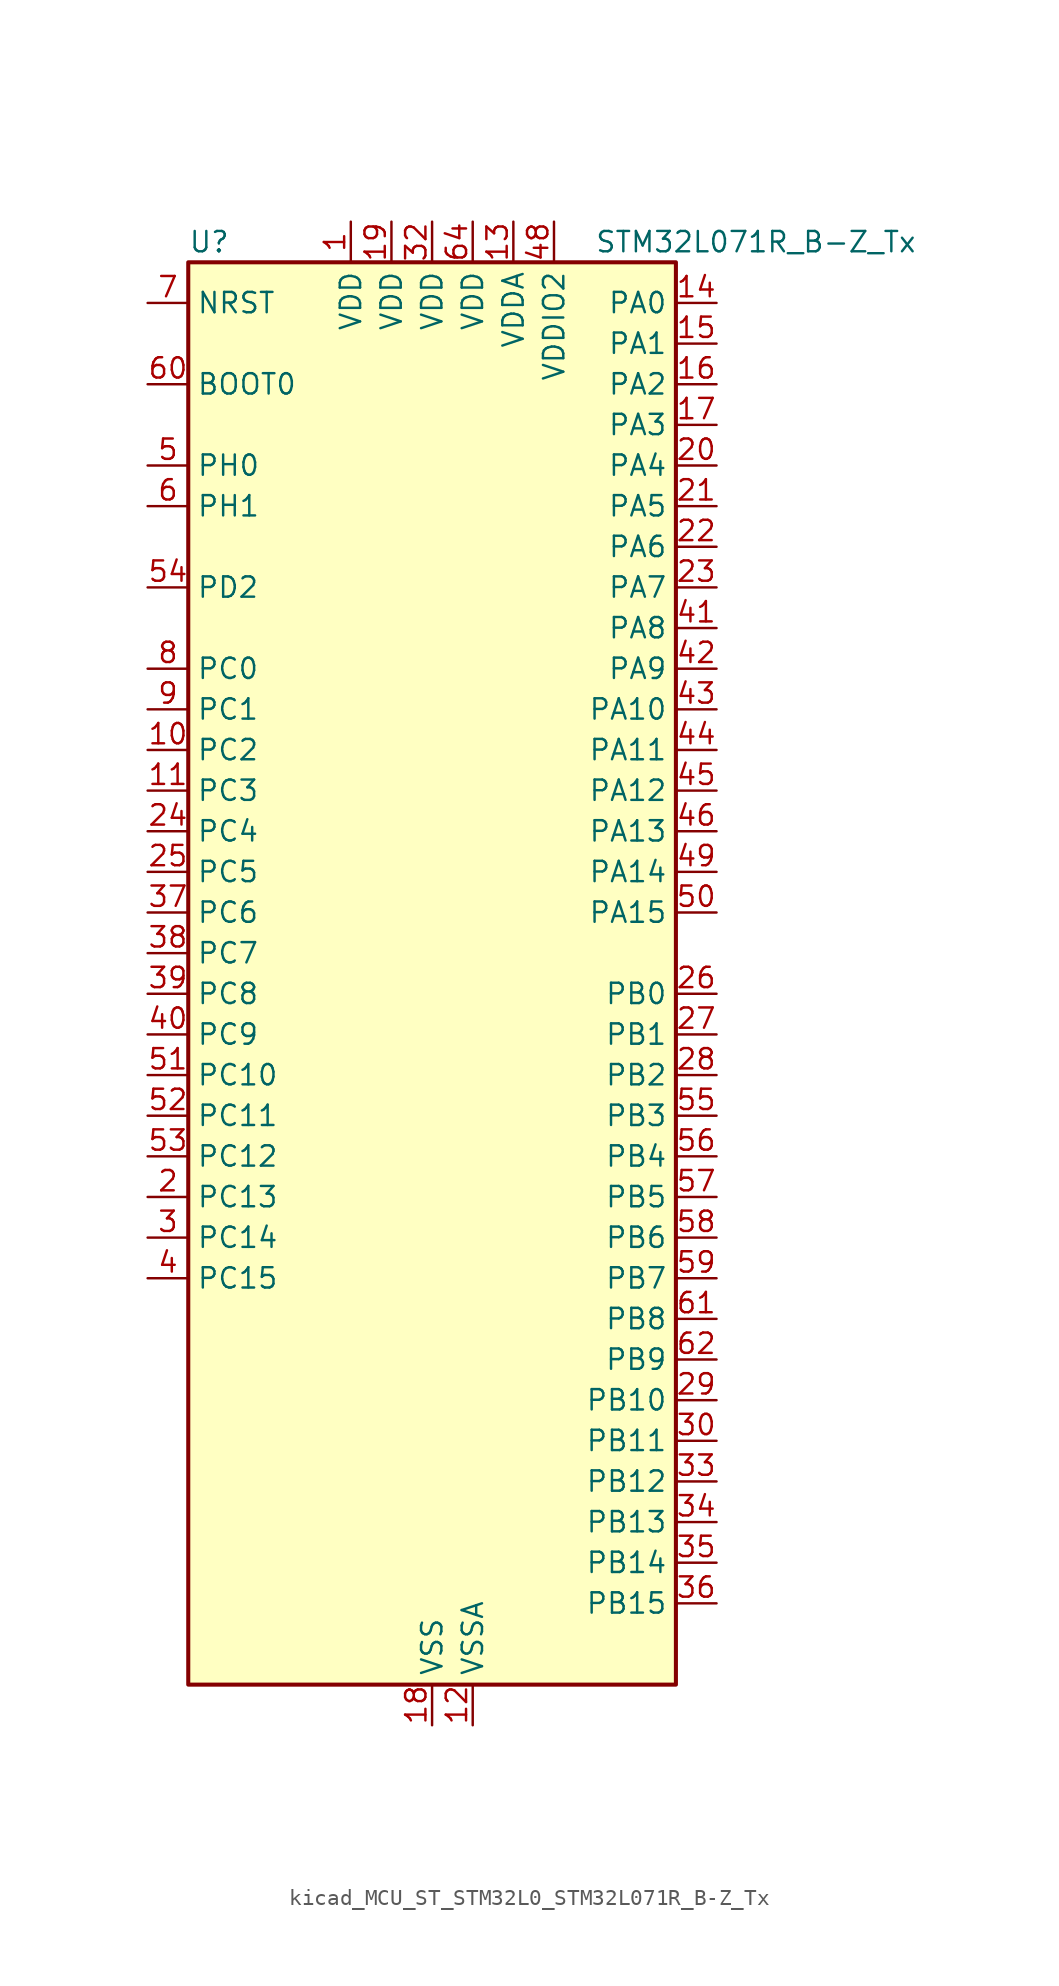
<source format=kicad_sym>
(kicad_symbol_lib
  (version 20220914)
  (generator kicad_symbol_editor)
  (symbol "kicad_MCU_ST_STM32L0_STM32L071R_B-Z_Tx"
    (property "Reference" "U"
      (at -15.24 46.99 0)
      (effects (font (size 1.27 1.27)) (justify left)))
    (property "Value" "STM32L071R_B-Z_Tx"
      (at 10.16 46.99 0)
      (effects (font (size 1.27 1.27)) (justify left)))
    (property "ki_locked" ""
      (at 0 0 0)
      (effects (font (size 1.27 1.27))))
    (symbol "kicad_MCU_ST_STM32L0_STM32L071R_B-Z_Tx_0_1"
      (rectangle (start -15.24 -43.18) (end 15.24 45.72) (stroke (width 0.254) (type default)) (fill (type background))))
    (symbol "kicad_MCU_ST_STM32L0_STM32L071R_B-Z_Tx_1_1"
      (pin power_in line (at -5.08 48.26 270) (length 2.54) (name "VDD" (effects (font (size 1.27 1.27)))) (number "1" (effects (font (size 1.27 1.27)))))
      (pin bidirectional line (at -17.78 15.24 0) (length 2.54) (name "PC2" (effects (font (size 1.27 1.27)))) (number "10" (effects (font (size 1.27 1.27)))) (alternate "ADC_IN12" bidirectional line) (alternate "I2S2_MCK" bidirectional line) (alternate "LPTIM1_IN2" bidirectional line) (alternate "SPI2_MISO" bidirectional line))
      (pin bidirectional line (at -17.78 12.7 0) (length 2.54) (name "PC3" (effects (font (size 1.27 1.27)))) (number "11" (effects (font (size 1.27 1.27)))) (alternate "ADC_IN13" bidirectional line) (alternate "I2S2_SD" bidirectional line) (alternate "LPTIM1_ETR" bidirectional line) (alternate "SPI2_MOSI" bidirectional line))
      (pin power_in line (at 2.54 -45.72 90) (length 2.54) (name "VSSA" (effects (font (size 1.27 1.27)))) (number "12" (effects (font (size 1.27 1.27)))))
      (pin power_in line (at 5.08 48.26 270) (length 2.54) (name "VDDA" (effects (font (size 1.27 1.27)))) (number "13" (effects (font (size 1.27 1.27)))))
      (pin bidirectional line (at 17.78 43.18 180) (length 2.54) (name "PA0" (effects (font (size 1.27 1.27)))) (number "14" (effects (font (size 1.27 1.27)))) (alternate "ADC_IN0" bidirectional line) (alternate "COMP1_INM" bidirectional line) (alternate "COMP1_OUT" bidirectional line) (alternate "RTC_TAMP2" bidirectional line) (alternate "SYS_WKUP1" bidirectional line) (alternate "TIM2_CH1" bidirectional line) (alternate "TIM2_ETR" bidirectional line) (alternate "USART2_CTS" bidirectional line) (alternate "USART4_TX" bidirectional line))
      (pin bidirectional line (at 17.78 40.64 180) (length 2.54) (name "PA1" (effects (font (size 1.27 1.27)))) (number "15" (effects (font (size 1.27 1.27)))) (alternate "ADC_IN1" bidirectional line) (alternate "COMP1_INP" bidirectional line) (alternate "TIM21_ETR" bidirectional line) (alternate "TIM2_CH2" bidirectional line) (alternate "USART2_DE" bidirectional line) (alternate "USART2_RTS" bidirectional line) (alternate "USART4_RX" bidirectional line))
      (pin bidirectional line (at 17.78 38.1 180) (length 2.54) (name "PA2" (effects (font (size 1.27 1.27)))) (number "16" (effects (font (size 1.27 1.27)))) (alternate "ADC_IN2" bidirectional line) (alternate "COMP2_INM" bidirectional line) (alternate "COMP2_OUT" bidirectional line) (alternate "LPUART1_TX" bidirectional line) (alternate "TIM21_CH1" bidirectional line) (alternate "TIM2_CH3" bidirectional line) (alternate "USART2_TX" bidirectional line))
      (pin bidirectional line (at 17.78 35.56 180) (length 2.54) (name "PA3" (effects (font (size 1.27 1.27)))) (number "17" (effects (font (size 1.27 1.27)))) (alternate "ADC_IN3" bidirectional line) (alternate "COMP2_INP" bidirectional line) (alternate "LPUART1_RX" bidirectional line) (alternate "TIM21_CH2" bidirectional line) (alternate "TIM2_CH4" bidirectional line) (alternate "USART2_RX" bidirectional line))
      (pin power_in line (at 0 -45.72 90) (length 2.54) (name "VSS" (effects (font (size 1.27 1.27)))) (number "18" (effects (font (size 1.27 1.27)))))
      (pin power_in line (at -2.54 48.26 270) (length 2.54) (name "VDD" (effects (font (size 1.27 1.27)))) (number "19" (effects (font (size 1.27 1.27)))))
      (pin bidirectional line (at -17.78 -12.7 0) (length 2.54) (name "PC13" (effects (font (size 1.27 1.27)))) (number "2" (effects (font (size 1.27 1.27)))) (alternate "RTC_OUT_ALARM" bidirectional line) (alternate "RTC_OUT_CALIB" bidirectional line) (alternate "RTC_TAMP1" bidirectional line) (alternate "RTC_TS" bidirectional line) (alternate "SYS_WKUP2" bidirectional line))
      (pin bidirectional line (at 17.78 33.02 180) (length 2.54) (name "PA4" (effects (font (size 1.27 1.27)))) (number "20" (effects (font (size 1.27 1.27)))) (alternate "ADC_IN4" bidirectional line) (alternate "COMP1_INM" bidirectional line) (alternate "COMP2_INM" bidirectional line) (alternate "SPI1_NSS" bidirectional line) (alternate "TIM22_ETR" bidirectional line) (alternate "USART2_CK" bidirectional line))
      (pin bidirectional line (at 17.78 30.48 180) (length 2.54) (name "PA5" (effects (font (size 1.27 1.27)))) (number "21" (effects (font (size 1.27 1.27)))) (alternate "ADC_IN5" bidirectional line) (alternate "COMP1_INM" bidirectional line) (alternate "COMP2_INM" bidirectional line) (alternate "SPI1_SCK" bidirectional line) (alternate "TIM2_CH1" bidirectional line) (alternate "TIM2_ETR" bidirectional line))
      (pin bidirectional line (at 17.78 27.94 180) (length 2.54) (name "PA6" (effects (font (size 1.27 1.27)))) (number "22" (effects (font (size 1.27 1.27)))) (alternate "ADC_IN6" bidirectional line) (alternate "COMP1_OUT" bidirectional line) (alternate "LPUART1_CTS" bidirectional line) (alternate "SPI1_MISO" bidirectional line) (alternate "TIM22_CH1" bidirectional line) (alternate "TIM3_CH1" bidirectional line))
      (pin bidirectional line (at 17.78 25.4 180) (length 2.54) (name "PA7" (effects (font (size 1.27 1.27)))) (number "23" (effects (font (size 1.27 1.27)))) (alternate "ADC_IN7" bidirectional line) (alternate "COMP2_OUT" bidirectional line) (alternate "SPI1_MOSI" bidirectional line) (alternate "TIM22_CH2" bidirectional line) (alternate "TIM3_CH2" bidirectional line))
      (pin bidirectional line (at -17.78 10.16 0) (length 2.54) (name "PC4" (effects (font (size 1.27 1.27)))) (number "24" (effects (font (size 1.27 1.27)))) (alternate "ADC_IN14" bidirectional line) (alternate "LPUART1_TX" bidirectional line))
      (pin bidirectional line (at -17.78 7.62 0) (length 2.54) (name "PC5" (effects (font (size 1.27 1.27)))) (number "25" (effects (font (size 1.27 1.27)))) (alternate "ADC_IN15" bidirectional line) (alternate "LPUART1_RX" bidirectional line))
      (pin bidirectional line (at 17.78 0 180) (length 2.54) (name "PB0" (effects (font (size 1.27 1.27)))) (number "26" (effects (font (size 1.27 1.27)))) (alternate "ADC_IN8" bidirectional line) (alternate "SYS_VREF_OUT_PB0" bidirectional line) (alternate "TIM3_CH3" bidirectional line))
      (pin bidirectional line (at 17.78 -2.54 180) (length 2.54) (name "PB1" (effects (font (size 1.27 1.27)))) (number "27" (effects (font (size 1.27 1.27)))) (alternate "ADC_IN9" bidirectional line) (alternate "LPUART1_DE" bidirectional line) (alternate "LPUART1_RTS" bidirectional line) (alternate "SYS_VREF_OUT_PB1" bidirectional line) (alternate "TIM3_CH4" bidirectional line))
      (pin bidirectional line (at 17.78 -5.08 180) (length 2.54) (name "PB2" (effects (font (size 1.27 1.27)))) (number "28" (effects (font (size 1.27 1.27)))) (alternate "I2C3_SMBA" bidirectional line) (alternate "LPTIM1_OUT" bidirectional line))
      (pin bidirectional line (at 17.78 -25.4 180) (length 2.54) (name "PB10" (effects (font (size 1.27 1.27)))) (number "29" (effects (font (size 1.27 1.27)))) (alternate "I2C2_SCL" bidirectional line) (alternate "LPUART1_RX" bidirectional line) (alternate "LPUART1_TX" bidirectional line) (alternate "SPI2_SCK" bidirectional line) (alternate "TIM2_CH3" bidirectional line))
      (pin bidirectional line (at -17.78 -15.24 0) (length 2.54) (name "PC14" (effects (font (size 1.27 1.27)))) (number "3" (effects (font (size 1.27 1.27)))) (alternate "RCC_OSC32_IN" bidirectional line))
      (pin bidirectional line (at 17.78 -27.94 180) (length 2.54) (name "PB11" (effects (font (size 1.27 1.27)))) (number "30" (effects (font (size 1.27 1.27)))) (alternate "ADC_EXTI11" bidirectional line) (alternate "I2C2_SDA" bidirectional line) (alternate "LPUART1_RX" bidirectional line) (alternate "LPUART1_TX" bidirectional line) (alternate "TIM2_CH4" bidirectional line))
      (pin passive line (at 0 -45.72 90) (length 2.54) hide (name "VSS" (effects (font (size 1.27 1.27)))) (number "31" (effects (font (size 1.27 1.27)))))
      (pin power_in line (at 0 48.26 270) (length 2.54) (name "VDD" (effects (font (size 1.27 1.27)))) (number "32" (effects (font (size 1.27 1.27)))))
      (pin bidirectional line (at 17.78 -30.48 180) (length 2.54) (name "PB12" (effects (font (size 1.27 1.27)))) (number "33" (effects (font (size 1.27 1.27)))) (alternate "I2S2_WS" bidirectional line) (alternate "LPUART1_DE" bidirectional line) (alternate "LPUART1_RTS" bidirectional line) (alternate "SPI2_NSS" bidirectional line))
      (pin bidirectional line (at 17.78 -33.02 180) (length 2.54) (name "PB13" (effects (font (size 1.27 1.27)))) (number "34" (effects (font (size 1.27 1.27)))) (alternate "I2C2_SCL" bidirectional line) (alternate "I2S2_CK" bidirectional line) (alternate "LPUART1_CTS" bidirectional line) (alternate "RCC_MCO" bidirectional line) (alternate "SPI2_SCK" bidirectional line) (alternate "TIM21_CH1" bidirectional line))
      (pin bidirectional line (at 17.78 -35.56 180) (length 2.54) (name "PB14" (effects (font (size 1.27 1.27)))) (number "35" (effects (font (size 1.27 1.27)))) (alternate "I2C2_SDA" bidirectional line) (alternate "I2S2_MCK" bidirectional line) (alternate "LPUART1_DE" bidirectional line) (alternate "LPUART1_RTS" bidirectional line) (alternate "RTC_OUT_ALARM" bidirectional line) (alternate "RTC_OUT_CALIB" bidirectional line) (alternate "SPI2_MISO" bidirectional line) (alternate "TIM21_CH2" bidirectional line))
      (pin bidirectional line (at 17.78 -38.1 180) (length 2.54) (name "PB15" (effects (font (size 1.27 1.27)))) (number "36" (effects (font (size 1.27 1.27)))) (alternate "I2S2_SD" bidirectional line) (alternate "RTC_REFIN" bidirectional line) (alternate "SPI2_MOSI" bidirectional line))
      (pin bidirectional line (at -17.78 5.08 0) (length 2.54) (name "PC6" (effects (font (size 1.27 1.27)))) (number "37" (effects (font (size 1.27 1.27)))) (alternate "TIM22_CH1" bidirectional line) (alternate "TIM3_CH1" bidirectional line))
      (pin bidirectional line (at -17.78 2.54 0) (length 2.54) (name "PC7" (effects (font (size 1.27 1.27)))) (number "38" (effects (font (size 1.27 1.27)))) (alternate "TIM22_CH2" bidirectional line) (alternate "TIM3_CH2" bidirectional line))
      (pin bidirectional line (at -17.78 0 0) (length 2.54) (name "PC8" (effects (font (size 1.27 1.27)))) (number "39" (effects (font (size 1.27 1.27)))) (alternate "TIM22_ETR" bidirectional line) (alternate "TIM3_CH3" bidirectional line))
      (pin bidirectional line (at -17.78 -17.78 0) (length 2.54) (name "PC15" (effects (font (size 1.27 1.27)))) (number "4" (effects (font (size 1.27 1.27)))) (alternate "RCC_OSC32_OUT" bidirectional line))
      (pin bidirectional line (at -17.78 -2.54 0) (length 2.54) (name "PC9" (effects (font (size 1.27 1.27)))) (number "40" (effects (font (size 1.27 1.27)))) (alternate "I2C3_SDA" bidirectional line) (alternate "TIM21_ETR" bidirectional line) (alternate "TIM3_CH4" bidirectional line))
      (pin bidirectional line (at 17.78 22.86 180) (length 2.54) (name "PA8" (effects (font (size 1.27 1.27)))) (number "41" (effects (font (size 1.27 1.27)))) (alternate "I2C3_SCL" bidirectional line) (alternate "RCC_MCO" bidirectional line) (alternate "USART1_CK" bidirectional line))
      (pin bidirectional line (at 17.78 20.32 180) (length 2.54) (name "PA9" (effects (font (size 1.27 1.27)))) (number "42" (effects (font (size 1.27 1.27)))) (alternate "I2C1_SCL" bidirectional line) (alternate "I2C3_SMBA" bidirectional line) (alternate "RCC_MCO" bidirectional line) (alternate "USART1_TX" bidirectional line))
      (pin bidirectional line (at 17.78 17.78 180) (length 2.54) (name "PA10" (effects (font (size 1.27 1.27)))) (number "43" (effects (font (size 1.27 1.27)))) (alternate "I2C1_SDA" bidirectional line) (alternate "USART1_RX" bidirectional line))
      (pin bidirectional line (at 17.78 15.24 180) (length 2.54) (name "PA11" (effects (font (size 1.27 1.27)))) (number "44" (effects (font (size 1.27 1.27)))) (alternate "ADC_EXTI11" bidirectional line) (alternate "COMP1_OUT" bidirectional line) (alternate "SPI1_MISO" bidirectional line) (alternate "USART1_CTS" bidirectional line))
      (pin bidirectional line (at 17.78 12.7 180) (length 2.54) (name "PA12" (effects (font (size 1.27 1.27)))) (number "45" (effects (font (size 1.27 1.27)))) (alternate "COMP2_OUT" bidirectional line) (alternate "SPI1_MOSI" bidirectional line) (alternate "USART1_DE" bidirectional line) (alternate "USART1_RTS" bidirectional line))
      (pin bidirectional line (at 17.78 10.16 180) (length 2.54) (name "PA13" (effects (font (size 1.27 1.27)))) (number "46" (effects (font (size 1.27 1.27)))) (alternate "LPUART1_RX" bidirectional line) (alternate "SYS_SWDIO" bidirectional line))
      (pin passive line (at 0 -45.72 90) (length 2.54) hide (name "VSS" (effects (font (size 1.27 1.27)))) (number "47" (effects (font (size 1.27 1.27)))))
      (pin power_in line (at 7.62 48.26 270) (length 2.54) (name "VDDIO2" (effects (font (size 1.27 1.27)))) (number "48" (effects (font (size 1.27 1.27)))))
      (pin bidirectional line (at 17.78 7.62 180) (length 2.54) (name "PA14" (effects (font (size 1.27 1.27)))) (number "49" (effects (font (size 1.27 1.27)))) (alternate "LPUART1_TX" bidirectional line) (alternate "SYS_SWCLK" bidirectional line) (alternate "USART2_TX" bidirectional line))
      (pin bidirectional line (at -17.78 33.02 0) (length 2.54) (name "PH0" (effects (font (size 1.27 1.27)))) (number "5" (effects (font (size 1.27 1.27)))) (alternate "RCC_OSC_IN" bidirectional line))
      (pin bidirectional line (at 17.78 5.08 180) (length 2.54) (name "PA15" (effects (font (size 1.27 1.27)))) (number "50" (effects (font (size 1.27 1.27)))) (alternate "SPI1_NSS" bidirectional line) (alternate "TIM2_CH1" bidirectional line) (alternate "TIM2_ETR" bidirectional line) (alternate "USART2_RX" bidirectional line) (alternate "USART4_DE" bidirectional line) (alternate "USART4_RTS" bidirectional line))
      (pin bidirectional line (at -17.78 -5.08 0) (length 2.54) (name "PC10" (effects (font (size 1.27 1.27)))) (number "51" (effects (font (size 1.27 1.27)))) (alternate "LPUART1_TX" bidirectional line) (alternate "USART4_TX" bidirectional line))
      (pin bidirectional line (at -17.78 -7.62 0) (length 2.54) (name "PC11" (effects (font (size 1.27 1.27)))) (number "52" (effects (font (size 1.27 1.27)))) (alternate "ADC_EXTI11" bidirectional line) (alternate "LPUART1_RX" bidirectional line) (alternate "USART4_RX" bidirectional line))
      (pin bidirectional line (at -17.78 -10.16 0) (length 2.54) (name "PC12" (effects (font (size 1.27 1.27)))) (number "53" (effects (font (size 1.27 1.27)))) (alternate "USART4_CK" bidirectional line) (alternate "USART5_TX" bidirectional line))
      (pin bidirectional line (at -17.78 25.4 0) (length 2.54) (name "PD2" (effects (font (size 1.27 1.27)))) (number "54" (effects (font (size 1.27 1.27)))) (alternate "LPUART1_DE" bidirectional line) (alternate "LPUART1_RTS" bidirectional line) (alternate "TIM3_ETR" bidirectional line) (alternate "USART5_RX" bidirectional line))
      (pin bidirectional line (at 17.78 -7.62 180) (length 2.54) (name "PB3" (effects (font (size 1.27 1.27)))) (number "55" (effects (font (size 1.27 1.27)))) (alternate "COMP2_INM" bidirectional line) (alternate "SPI1_SCK" bidirectional line) (alternate "TIM2_CH2" bidirectional line) (alternate "USART1_DE" bidirectional line) (alternate "USART1_RTS" bidirectional line) (alternate "USART5_TX" bidirectional line))
      (pin bidirectional line (at 17.78 -10.16 180) (length 2.54) (name "PB4" (effects (font (size 1.27 1.27)))) (number "56" (effects (font (size 1.27 1.27)))) (alternate "COMP2_INP" bidirectional line) (alternate "I2C3_SDA" bidirectional line) (alternate "SPI1_MISO" bidirectional line) (alternate "TIM22_CH1" bidirectional line) (alternate "TIM3_CH1" bidirectional line) (alternate "USART1_CTS" bidirectional line) (alternate "USART5_RX" bidirectional line))
      (pin bidirectional line (at 17.78 -12.7 180) (length 2.54) (name "PB5" (effects (font (size 1.27 1.27)))) (number "57" (effects (font (size 1.27 1.27)))) (alternate "COMP2_INP" bidirectional line) (alternate "I2C1_SMBA" bidirectional line) (alternate "LPTIM1_IN1" bidirectional line) (alternate "SPI1_MOSI" bidirectional line) (alternate "TIM22_CH2" bidirectional line) (alternate "TIM3_CH2" bidirectional line) (alternate "USART1_CK" bidirectional line) (alternate "USART5_CK" bidirectional line) (alternate "USART5_DE" bidirectional line) (alternate "USART5_RTS" bidirectional line))
      (pin bidirectional line (at 17.78 -15.24 180) (length 2.54) (name "PB6" (effects (font (size 1.27 1.27)))) (number "58" (effects (font (size 1.27 1.27)))) (alternate "COMP2_INP" bidirectional line) (alternate "I2C1_SCL" bidirectional line) (alternate "LPTIM1_ETR" bidirectional line) (alternate "USART1_TX" bidirectional line))
      (pin bidirectional line (at 17.78 -17.78 180) (length 2.54) (name "PB7" (effects (font (size 1.27 1.27)))) (number "59" (effects (font (size 1.27 1.27)))) (alternate "COMP2_INP" bidirectional line) (alternate "I2C1_SDA" bidirectional line) (alternate "LPTIM1_IN2" bidirectional line) (alternate "SYS_PVD_IN" bidirectional line) (alternate "USART1_RX" bidirectional line) (alternate "USART4_CTS" bidirectional line))
      (pin bidirectional line (at -17.78 30.48 0) (length 2.54) (name "PH1" (effects (font (size 1.27 1.27)))) (number "6" (effects (font (size 1.27 1.27)))) (alternate "RCC_OSC_OUT" bidirectional line))
      (pin input line (at -17.78 38.1 0) (length 2.54) (name "BOOT0" (effects (font (size 1.27 1.27)))) (number "60" (effects (font (size 1.27 1.27)))))
      (pin bidirectional line (at 17.78 -20.32 180) (length 2.54) (name "PB8" (effects (font (size 1.27 1.27)))) (number "61" (effects (font (size 1.27 1.27)))) (alternate "I2C1_SCL" bidirectional line))
      (pin bidirectional line (at 17.78 -22.86 180) (length 2.54) (name "PB9" (effects (font (size 1.27 1.27)))) (number "62" (effects (font (size 1.27 1.27)))) (alternate "I2C1_SDA" bidirectional line) (alternate "I2S2_WS" bidirectional line) (alternate "SPI2_NSS" bidirectional line))
      (pin passive line (at 0 -45.72 90) (length 2.54) hide (name "VSS" (effects (font (size 1.27 1.27)))) (number "63" (effects (font (size 1.27 1.27)))))
      (pin power_in line (at 2.54 48.26 270) (length 2.54) (name "VDD" (effects (font (size 1.27 1.27)))) (number "64" (effects (font (size 1.27 1.27)))))
      (pin input line (at -17.78 43.18 0) (length 2.54) (name "NRST" (effects (font (size 1.27 1.27)))) (number "7" (effects (font (size 1.27 1.27)))))
      (pin bidirectional line (at -17.78 20.32 0) (length 2.54) (name "PC0" (effects (font (size 1.27 1.27)))) (number "8" (effects (font (size 1.27 1.27)))) (alternate "ADC_IN10" bidirectional line) (alternate "I2C3_SCL" bidirectional line) (alternate "LPTIM1_IN1" bidirectional line) (alternate "LPUART1_RX" bidirectional line))
      (pin bidirectional line (at -17.78 17.78 0) (length 2.54) (name "PC1" (effects (font (size 1.27 1.27)))) (number "9" (effects (font (size 1.27 1.27)))) (alternate "ADC_IN11" bidirectional line) (alternate "I2C3_SDA" bidirectional line) (alternate "LPTIM1_OUT" bidirectional line) (alternate "LPUART1_TX" bidirectional line)))))
</source>
